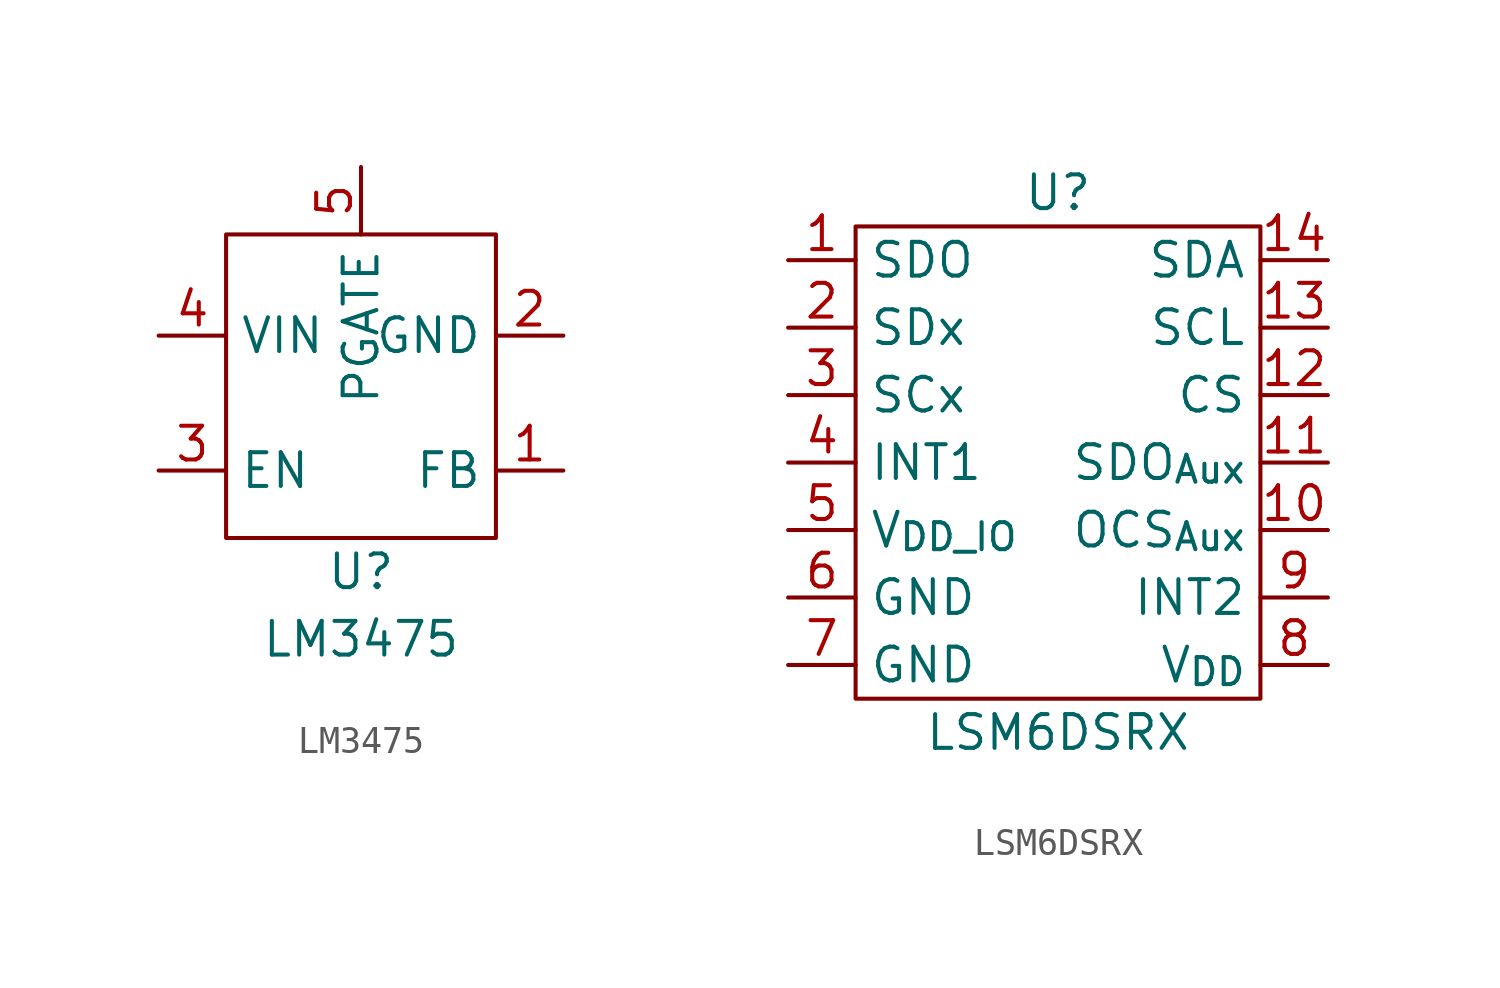
<source format=kicad_sym>
(kicad_symbol_lib
  (version 20211014)
  (generator kicad_symbol_editor)
  (symbol "LM3475"
    (property "Reference" "U"
      (at 0 -6.35 0)
      (effects (font (size 1.27 1.27))))
    (property "Value" "LM3475"
      (at 0 -8.89 0)
      (effects (font (size 1.27 1.27))))
    (symbol "LM3475_0_1"
      (rectangle (start -5.08 6.35) (end 5.08 -5.08) (stroke (width 0) (type default) (color 0 0 0 0)) (fill (type none))))
    (symbol "LM3475_1_1"
      (pin input line (at 7.62 -2.54 180) (length 2.54) (name "FB" (effects (font (size 1.27 1.27)))) (number "1" (effects (font (size 1.27 1.27)))))
      (pin input line (at 7.62 2.54 180) (length 2.54) (name "GND" (effects (font (size 1.27 1.27)))) (number "2" (effects (font (size 1.27 1.27)))))
      (pin input line (at -7.62 -2.54 0) (length 2.54) (name "EN" (effects (font (size 1.27 1.27)))) (number "3" (effects (font (size 1.27 1.27)))))
      (pin input line (at -7.62 2.54 0) (length 2.54) (name "VIN" (effects (font (size 1.27 1.27)))) (number "4" (effects (font (size 1.27 1.27)))))
      (pin input line (at 0 8.89 270) (length 2.54) (name "PGATE" (effects (font (size 1.27 1.27)))) (number "5" (effects (font (size 1.27 1.27)))))))
  (symbol "LSM6DSRX"
    (property "Reference" "U"
      (at 0 8.89 0)
      (effects (font (size 1.27 1.27))))
    (property "Value" "LSM6DSRX"
      (at 0 -11.43 0)
      (effects (font (size 1.27 1.27))))
    (symbol "LSM6DSRX_0_1"
      (rectangle (start -7.62 7.62) (end 7.62 -10.16) (stroke (width 0) (type default) (color 0 0 0 0)) (fill (type none))))
    (symbol "LSM6DSRX_1_1"
      (pin input line (at -10.16 6.35 0) (length 2.54) (name "SDO" (effects (font (size 1.27 1.27)))) (number "1" (effects (font (size 1.27 1.27)))))
      (pin input line (at 10.16 -3.81 180) (length 2.54) (name "OCS_{Aux}" (effects (font (size 1.27 1.27)))) (number "10" (effects (font (size 1.27 1.27)))))
      (pin input line (at 10.16 -1.27 180) (length 2.54) (name "SDO_{Aux}" (effects (font (size 1.27 1.27)))) (number "11" (effects (font (size 1.27 1.27)))))
      (pin input line (at 10.16 1.27 180) (length 2.54) (name "CS" (effects (font (size 1.27 1.27)))) (number "12" (effects (font (size 1.27 1.27)))))
      (pin input line (at 10.16 3.81 180) (length 2.54) (name "SCL" (effects (font (size 1.27 1.27)))) (number "13" (effects (font (size 1.27 1.27)))))
      (pin input line (at 10.16 6.35 180) (length 2.54) (name "SDA" (effects (font (size 1.27 1.27)))) (number "14" (effects (font (size 1.27 1.27)))))
      (pin input line (at -10.16 3.81 0) (length 2.54) (name "SDx" (effects (font (size 1.27 1.27)))) (number "2" (effects (font (size 1.27 1.27)))))
      (pin input line (at -10.16 1.27 0) (length 2.54) (name "SCx" (effects (font (size 1.27 1.27)))) (number "3" (effects (font (size 1.27 1.27)))))
      (pin input line (at -10.16 -1.27 0) (length 2.54) (name "INT1" (effects (font (size 1.27 1.27)))) (number "4" (effects (font (size 1.27 1.27)))))
      (pin input line (at -10.16 -3.81 0) (length 2.54) (name "V_{DD_IO}" (effects (font (size 1.27 1.27)))) (number "5" (effects (font (size 1.27 1.27)))))
      (pin input line (at -10.16 -6.35 0) (length 2.54) (name "GND" (effects (font (size 1.27 1.27)))) (number "6" (effects (font (size 1.27 1.27)))))
      (pin input line (at -10.16 -8.89 0) (length 2.54) (name "GND" (effects (font (size 1.27 1.27)))) (number "7" (effects (font (size 1.27 1.27)))))
      (pin input line (at 10.16 -8.89 180) (length 2.54) (name "V_{DD}" (effects (font (size 1.27 1.27)))) (number "8" (effects (font (size 1.27 1.27)))))
      (pin input line (at 10.16 -6.35 180) (length 2.54) (name "INT2" (effects (font (size 1.27 1.27)))) (number "9" (effects (font (size 1.27 1.27))))))))
</source>
